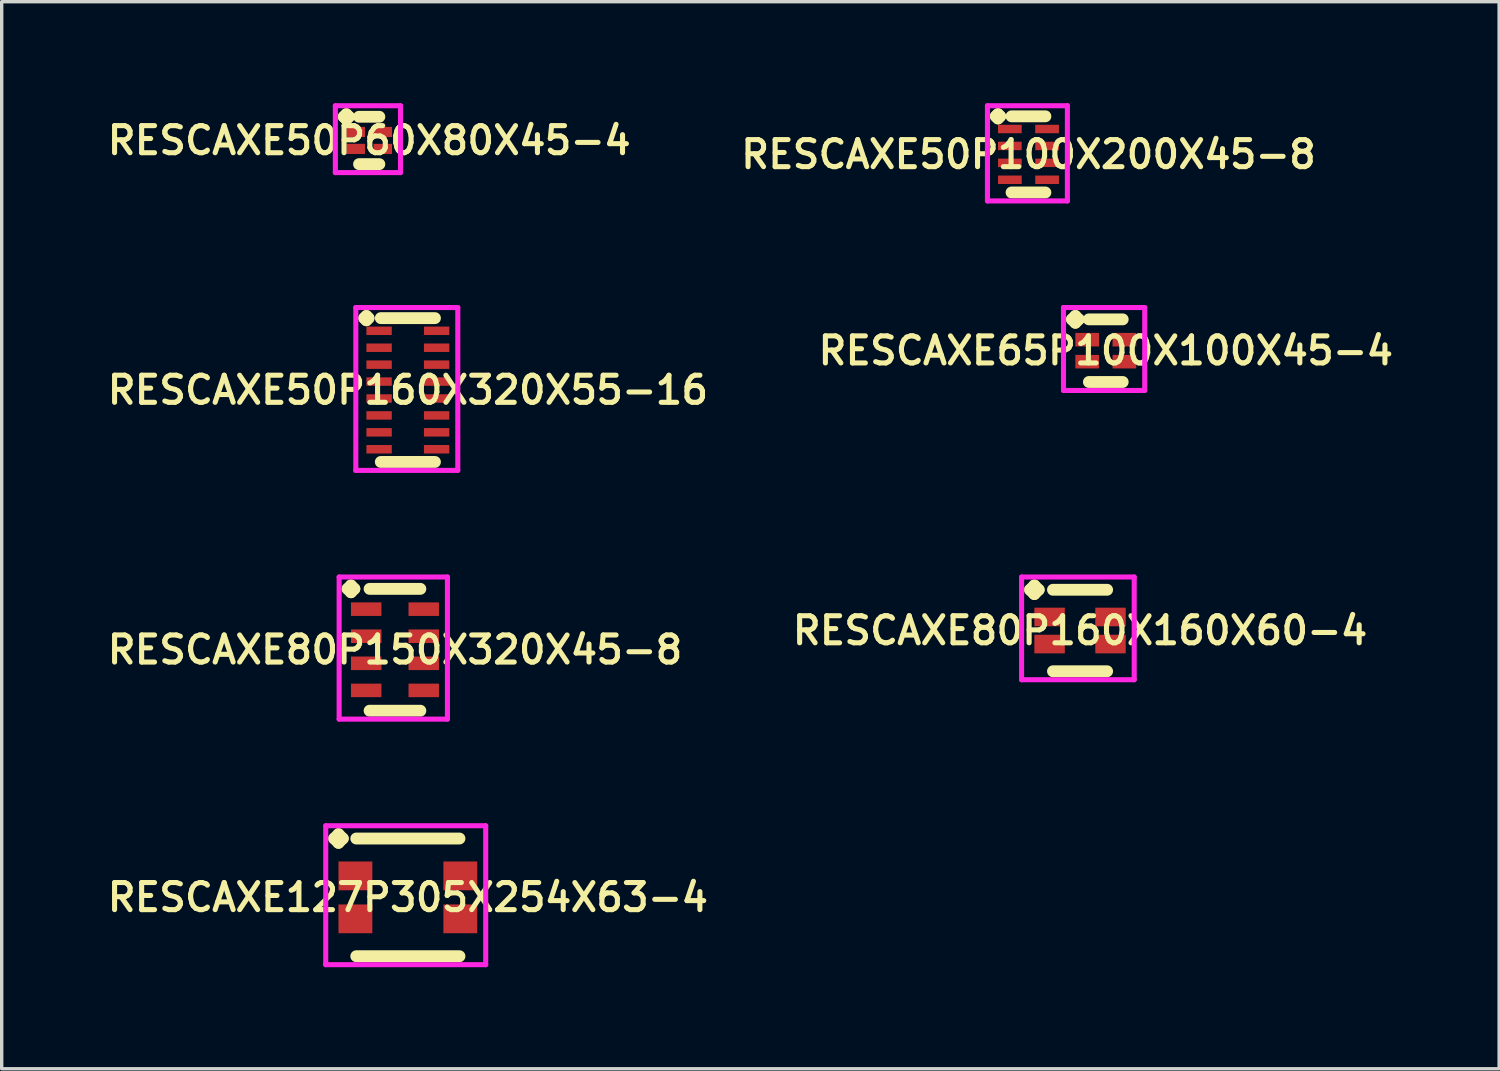
<source format=kicad_pcb>
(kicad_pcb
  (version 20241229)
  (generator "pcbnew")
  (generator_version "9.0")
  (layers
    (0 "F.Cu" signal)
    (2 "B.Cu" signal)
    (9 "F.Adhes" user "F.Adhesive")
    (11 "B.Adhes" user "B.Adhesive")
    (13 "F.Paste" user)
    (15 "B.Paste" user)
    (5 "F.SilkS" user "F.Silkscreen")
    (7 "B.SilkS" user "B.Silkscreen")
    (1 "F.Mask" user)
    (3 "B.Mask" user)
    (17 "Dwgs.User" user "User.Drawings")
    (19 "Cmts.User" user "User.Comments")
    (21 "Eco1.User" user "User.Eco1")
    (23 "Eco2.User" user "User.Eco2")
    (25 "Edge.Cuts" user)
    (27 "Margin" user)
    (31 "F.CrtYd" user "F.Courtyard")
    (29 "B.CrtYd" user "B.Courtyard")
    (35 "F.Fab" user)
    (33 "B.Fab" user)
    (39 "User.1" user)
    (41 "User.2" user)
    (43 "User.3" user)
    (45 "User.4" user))
  (footprint "RESCAXE65P100X100X45-4"
    (layer "F.Cu")
    (at 29.625 7.312)
    (property "Reference" "RESCAXE65P100X100X45-4" (at 0 0 0) (layer "F.SilkS") (effects (font (size 0.8 0.8) (thickness 0.15))))
    (attr through_hole)
    (fp_line (start -1 -0.925) (end -0.9 -1.025) (stroke (width 0.35) (type solid)) (layer "F.SilkS"))
    (fp_line (start -0.9 -1.025) (end -0.8 -0.925) (stroke (width 0.35) (type solid)) (layer "F.SilkS"))
    (fp_line (start -0.9 -0.825) (end -1 -0.925) (stroke (width 0.35) (type solid)) (layer "F.SilkS"))
    (fp_line (start -0.8 -0.925) (end -0.9 -0.825) (stroke (width 0.35) (type solid)) (layer "F.SilkS"))
    (fp_line (start -0.5 -0.925) (end 0.5 -0.925) (stroke (width 0.35) (type solid)) (layer "F.SilkS"))
    (fp_line (start -0.5 0.925) (end 0.5 0.925) (stroke (width 0.35) (type solid)) (layer "F.SilkS"))
    (fp_line (start -1.25 -1.275) (end 1.15 -1.275) (stroke (width 0.15) (type solid)) (layer "F.CrtYd"))
    (fp_line (start -1.25 1.175) (end -1.25 -1.275) (stroke (width 0.15) (type solid)) (layer "F.CrtYd"))
    (fp_line (start 1.15 -1.275) (end 1.15 1.175) (stroke (width 0.15) (type solid)) (layer "F.CrtYd"))
    (fp_line (start 1.15 1.175) (end -1.25 1.175) (stroke (width 0.15) (type solid)) (layer "F.CrtYd"))
    (pad "1" smd rect (at -0.55 -0.325) (size 0.7 0.4) (layers "F.Cu" "F.Mask" "F.Paste"))
    (pad "2" smd rect (at -0.55 0.325) (size 0.7 0.4) (layers "F.Cu" "F.Mask" "F.Paste"))
    (pad "3" smd rect (at 0.55 0.325) (size 0.7 0.4) (layers "F.Cu" "F.Mask" "F.Paste"))
    (pad "4" smd rect (at 0.55 -0.325) (size 0.7 0.4) (layers "F.Cu" "F.Mask" "F.Paste")))
  (footprint "RESCAXE50P60X80X45-4"
    (layer "F.Cu")
    (at 7.859 1.1)
    (property "Reference" "RESCAXE50P60X80X45-4" (at 0 0 0) (layer "F.SilkS") (effects (font (size 0.8 0.8) (thickness 0.15))))
    (attr through_hole)
    (fp_line (start -0.75 -0.7) (end -0.675 -0.775) (stroke (width 0.35) (type solid)) (layer "F.SilkS"))
    (fp_line (start -0.675 -0.775) (end -0.6 -0.7) (stroke (width 0.35) (type solid)) (layer "F.SilkS"))
    (fp_line (start -0.675 -0.625) (end -0.75 -0.7) (stroke (width 0.35) (type solid)) (layer "F.SilkS"))
    (fp_line (start -0.6 -0.7) (end -0.675 -0.625) (stroke (width 0.35) (type solid)) (layer "F.SilkS"))
    (fp_line (start -0.3 -0.7) (end 0.3 -0.7) (stroke (width 0.35) (type solid)) (layer "F.SilkS"))
    (fp_line (start -0.3 0.7) (end 0.3 0.7) (stroke (width 0.35) (type solid)) (layer "F.SilkS"))
    (fp_line (start -1 -1.025) (end 0.925 -1.025) (stroke (width 0.15) (type solid)) (layer "F.CrtYd"))
    (fp_line (start -1 0.95) (end -1 -1.025) (stroke (width 0.15) (type solid)) (layer "F.CrtYd"))
    (fp_line (start 0.925 -1.025) (end 0.925 0.95) (stroke (width 0.15) (type solid)) (layer "F.CrtYd"))
    (fp_line (start 0.925 0.95) (end -1 0.95) (stroke (width 0.15) (type solid)) (layer "F.CrtYd"))
    (pad "1" smd rect (at -0.4 -0.25) (size 0.55 0.3) (layers "F.Cu" "F.Mask" "F.Paste"))
    (pad "2" smd rect (at -0.4 0.25) (size 0.55 0.3) (layers "F.Cu" "F.Mask" "F.Paste"))
    (pad "3" smd rect (at 0.4 0.25) (size 0.55 0.3) (layers "F.Cu" "F.Mask" "F.Paste"))
    (pad "4" smd rect (at 0.4 -0.25) (size 0.55 0.3) (layers "F.Cu" "F.Mask" "F.Paste")))
  (footprint "RESCAXE127P305X254X63-4"
    (layer "F.Cu")
    (at 9.002 23.466)
    (property "Reference" "RESCAXE127P305X254X63-4" (at 0 0 0) (layer "F.SilkS") (effects (font (size 0.8 0.8) (thickness 0.15))))
    (attr through_hole)
    (fp_line (start -2.177 -1.739) (end -2.05 -1.866) (stroke (width 0.35) (type solid)) (layer "F.SilkS"))
    (fp_line (start -2.05 -1.866) (end -1.923 -1.739) (stroke (width 0.35) (type solid)) (layer "F.SilkS"))
    (fp_line (start -2.05 -1.612) (end -2.177 -1.739) (stroke (width 0.35) (type solid)) (layer "F.SilkS"))
    (fp_line (start -1.923 -1.739) (end -2.05 -1.612) (stroke (width 0.35) (type solid)) (layer "F.SilkS"))
    (fp_line (start -1.525 -1.739) (end 1.525 -1.739) (stroke (width 0.35) (type solid)) (layer "F.SilkS"))
    (fp_line (start -1.525 1.739) (end 1.525 1.739) (stroke (width 0.35) (type solid)) (layer "F.SilkS"))
    (fp_line (start -2.427 -2.116) (end 2.3 -2.116) (stroke (width 0.15) (type solid)) (layer "F.CrtYd"))
    (fp_line (start -2.427 1.989) (end -2.427 -2.116) (stroke (width 0.15) (type solid)) (layer "F.CrtYd"))
    (fp_line (start 2.3 -2.116) (end 2.3 1.989) (stroke (width 0.15) (type solid)) (layer "F.CrtYd"))
    (fp_line (start 2.3 1.989) (end -2.427 1.989) (stroke (width 0.15) (type solid)) (layer "F.CrtYd"))
    (pad "1" smd rect (at -1.55 -0.635) (size 1 0.85) (layers "F.Cu" "F.Mask" "F.Paste"))
    (pad "2" smd rect (at -1.55 0.635) (size 1 0.85) (layers "F.Cu" "F.Mask" "F.Paste"))
    (pad "3" smd rect (at 1.55 0.635) (size 1 0.85) (layers "F.Cu" "F.Mask" "F.Paste"))
    (pad "4" smd rect (at 1.55 -0.635) (size 1 0.85) (layers "F.Cu" "F.Mask" "F.Paste")))
  (footprint "RESCAXE80P160X160X60-4"
    (layer "F.Cu")
    (at 28.864 15.581)
    (property "Reference" "RESCAXE80P160X160X60-4" (at 0 0 0) (layer "F.SilkS") (effects (font (size 0.8 0.8) (thickness 0.15))))
    (attr smd)
    (fp_line (start -1.477 -1.204) (end -1.35 -1.331) (stroke (width 0.35) (type solid)) (layer "F.SilkS"))
    (fp_line (start -1.35 -1.331) (end -1.223 -1.204) (stroke (width 0.35) (type solid)) (layer "F.SilkS"))
    (fp_line (start -1.35 -1.077) (end -1.477 -1.204) (stroke (width 0.35) (type solid)) (layer "F.SilkS"))
    (fp_line (start -1.223 -1.204) (end -1.35 -1.077) (stroke (width 0.35) (type solid)) (layer "F.SilkS"))
    (fp_line (start -0.8 -1.204) (end 0.8 -1.204) (stroke (width 0.35) (type solid)) (layer "F.SilkS"))
    (fp_line (start -0.8 1.204) (end 0.8 1.204) (stroke (width 0.35) (type solid)) (layer "F.SilkS"))
    (fp_line (start -1.727 -1.581) (end 1.6 -1.581) (stroke (width 0.15) (type solid)) (layer "F.CrtYd"))
    (fp_line (start -1.727 1.454) (end -1.727 -1.581) (stroke (width 0.15) (type solid)) (layer "F.CrtYd"))
    (fp_line (start 1.6 -1.581) (end 1.6 1.454) (stroke (width 0.15) (type solid)) (layer "F.CrtYd"))
    (fp_line (start 1.6 1.454) (end -1.727 1.454) (stroke (width 0.15) (type solid)) (layer "F.CrtYd"))
    (pad "1" smd rect (at -0.9 -0.4) (size 0.9 0.55) (layers "F.Cu" "F.Mask" "F.Paste"))
    (pad "2" smd rect (at -0.9 0.4) (size 0.9 0.55) (layers "F.Cu" "F.Mask" "F.Paste"))
    (pad "3" smd rect (at 0.9 0.4) (size 0.9 0.55) (layers "F.Cu" "F.Mask" "F.Paste"))
    (pad "4" smd rect (at 0.9 -0.4) (size 0.9 0.55) (layers "F.Cu" "F.Mask" "F.Paste")))
  (footprint "RESCAXE50P160X320X55-16"
    (layer "F.Cu")
    (at 9.002 8.475)
    (property "Reference" "RESCAXE50P160X320X55-16" (at 0 0 0) (layer "F.SilkS") (effects (font (size 0.8 0.8) (thickness 0.15))))
    (attr through_hole)
    (fp_line (start -1.288 -2.125) (end -1.225 -2.188) (stroke (width 0.35) (type solid)) (layer "F.SilkS"))
    (fp_line (start -1.225 -2.188) (end -1.163 -2.125) (stroke (width 0.35) (type solid)) (layer "F.SilkS"))
    (fp_line (start -1.225 -2.062) (end -1.288 -2.125) (stroke (width 0.35) (type solid)) (layer "F.SilkS"))
    (fp_line (start -1.163 -2.125) (end -1.225 -2.062) (stroke (width 0.35) (type solid)) (layer "F.SilkS"))
    (fp_line (start -0.8 -2.125) (end 0.8 -2.125) (stroke (width 0.35) (type solid)) (layer "F.SilkS"))
    (fp_line (start -0.8 2.125) (end 0.8 2.125) (stroke (width 0.35) (type solid)) (layer "F.SilkS"))
    (fp_line (start -1.538 -2.438) (end 1.475 -2.438) (stroke (width 0.15) (type solid)) (layer "F.CrtYd"))
    (fp_line (start -1.538 2.375) (end -1.538 -2.438) (stroke (width 0.15) (type solid)) (layer "F.CrtYd"))
    (fp_line (start 1.475 -2.438) (end 1.475 2.375) (stroke (width 0.15) (type solid)) (layer "F.CrtYd"))
    (fp_line (start 1.475 2.375) (end -1.538 2.375) (stroke (width 0.15) (type solid)) (layer "F.CrtYd"))
    (pad "1" smd rect (at -0.85 -1.75) (size 0.75 0.25) (layers "F.Cu" "F.Mask" "F.Paste"))
    (pad "2" smd rect (at -0.85 -1.25) (size 0.75 0.25) (layers "F.Cu" "F.Mask" "F.Paste"))
    (pad "3" smd rect (at -0.85 -0.75) (size 0.75 0.25) (layers "F.Cu" "F.Mask" "F.Paste"))
    (pad "4" smd rect (at -0.85 -0.25) (size 0.75 0.25) (layers "F.Cu" "F.Mask" "F.Paste"))
    (pad "5" smd rect (at -0.85 0.25) (size 0.75 0.25) (layers "F.Cu" "F.Mask" "F.Paste"))
    (pad "6" smd rect (at -0.85 0.75) (size 0.75 0.25) (layers "F.Cu" "F.Mask" "F.Paste"))
    (pad "7" smd rect (at -0.85 1.25) (size 0.75 0.25) (layers "F.Cu" "F.Mask" "F.Paste"))
    (pad "8" smd rect (at -0.85 1.75) (size 0.75 0.25) (layers "F.Cu" "F.Mask" "F.Paste"))
    (pad "9" smd rect (at 0.85 1.75) (size 0.75 0.25) (layers "F.Cu" "F.Mask" "F.Paste"))
    (pad "10" smd rect (at 0.85 1.25) (size 0.75 0.25) (layers "F.Cu" "F.Mask" "F.Paste"))
    (pad "11" smd rect (at 0.85 0.75) (size 0.75 0.25) (layers "F.Cu" "F.Mask" "F.Paste"))
    (pad "12" smd rect (at 0.85 0.25) (size 0.75 0.25) (layers "F.Cu" "F.Mask" "F.Paste"))
    (pad "13" smd rect (at 0.85 -0.25) (size 0.75 0.25) (layers "F.Cu" "F.Mask" "F.Paste"))
    (pad "14" smd rect (at 0.85 -0.75) (size 0.75 0.25) (layers "F.Cu" "F.Mask" "F.Paste"))
    (pad "15" smd rect (at 0.85 -1.25) (size 0.75 0.25) (layers "F.Cu" "F.Mask" "F.Paste"))
    (pad "16" smd rect (at 0.85 -1.75) (size 0.75 0.25) (layers "F.Cu" "F.Mask" "F.Paste")))
  (footprint "RESCAXE50P100X200X45-8"
    (layer "F.Cu")
    (at 27.34 1.512)
    (property "Reference" "RESCAXE50P100X200X45-8" (at 0 0 0) (layer "F.SilkS") (effects (font (size 0.8 0.8) (thickness 0.15))))
    (attr smd)
    (fp_line (start -0.963 -1.125) (end -0.9 -1.188) (stroke (width 0.35) (type solid)) (layer "F.SilkS"))
    (fp_line (start -0.9 -1.188) (end -0.838 -1.125) (stroke (width 0.35) (type solid)) (layer "F.SilkS"))
    (fp_line (start -0.9 -1.062) (end -0.963 -1.125) (stroke (width 0.35) (type solid)) (layer "F.SilkS"))
    (fp_line (start -0.838 -1.125) (end -0.9 -1.062) (stroke (width 0.35) (type solid)) (layer "F.SilkS"))
    (fp_line (start -0.5 -1.125) (end 0.5 -1.125) (stroke (width 0.35) (type solid)) (layer "F.SilkS"))
    (fp_line (start -0.5 1.125) (end 0.5 1.125) (stroke (width 0.35) (type solid)) (layer "F.SilkS"))
    (fp_line (start -1.212 -1.438) (end 1.15 -1.438) (stroke (width 0.15) (type solid)) (layer "F.CrtYd"))
    (fp_line (start -1.212 1.375) (end -1.212 -1.438) (stroke (width 0.15) (type solid)) (layer "F.CrtYd"))
    (fp_line (start 1.15 -1.438) (end 1.15 1.375) (stroke (width 0.15) (type solid)) (layer "F.CrtYd"))
    (fp_line (start 1.15 1.375) (end -1.212 1.375) (stroke (width 0.15) (type solid)) (layer "F.CrtYd"))
    (pad "1" smd rect (at -0.55 -0.75) (size 0.7 0.25) (layers "F.Cu" "F.Mask" "F.Paste"))
    (pad "2" smd rect (at -0.55 -0.25) (size 0.7 0.25) (layers "F.Cu" "F.Mask" "F.Paste"))
    (pad "3" smd rect (at -0.55 0.25) (size 0.7 0.25) (layers "F.Cu" "F.Mask" "F.Paste"))
    (pad "4" smd rect (at -0.55 0.75) (size 0.7 0.25) (layers "F.Cu" "F.Mask" "F.Paste"))
    (pad "5" smd rect (at 0.55 0.75) (size 0.7 0.25) (layers "F.Cu" "F.Mask" "F.Paste"))
    (pad "6" smd rect (at 0.55 0.25) (size 0.7 0.25) (layers "F.Cu" "F.Mask" "F.Paste"))
    (pad "7" smd rect (at 0.55 -0.25) (size 0.7 0.25) (layers "F.Cu" "F.Mask" "F.Paste"))
    (pad "8" smd rect (at 0.55 -0.75) (size 0.7 0.25) (layers "F.Cu" "F.Mask" "F.Paste")))
  (footprint "RESCAXE80P150X320X45-8"
    (layer "F.Cu")
    (at 8.621 16.15)
    (property "Reference" "RESCAXE80P150X320X45-8" (at 0 0 0) (layer "F.SilkS") (effects (font (size 0.8 0.8) (thickness 0.15))))
    (attr smd)
    (fp_line (start -1.4 -1.8) (end -1.3 -1.9) (stroke (width 0.35) (type solid)) (layer "F.SilkS"))
    (fp_line (start -1.3 -1.9) (end -1.2 -1.8) (stroke (width 0.35) (type solid)) (layer "F.SilkS"))
    (fp_line (start -1.3 -1.7) (end -1.4 -1.8) (stroke (width 0.35) (type solid)) (layer "F.SilkS"))
    (fp_line (start -1.2 -1.8) (end -1.3 -1.7) (stroke (width 0.35) (type solid)) (layer "F.SilkS"))
    (fp_line (start -0.75 -1.8) (end 0.75 -1.8) (stroke (width 0.35) (type solid)) (layer "F.SilkS"))
    (fp_line (start -0.75 1.8) (end 0.75 1.8) (stroke (width 0.35) (type solid)) (layer "F.SilkS"))
    (fp_line (start -1.65 -2.15) (end 1.55 -2.15) (stroke (width 0.15) (type solid)) (layer "F.CrtYd"))
    (fp_line (start -1.65 2.05) (end -1.65 -2.15) (stroke (width 0.15) (type solid)) (layer "F.CrtYd"))
    (fp_line (start 1.55 -2.15) (end 1.55 2.05) (stroke (width 0.15) (type solid)) (layer "F.CrtYd"))
    (fp_line (start 1.55 2.05) (end -1.65 2.05) (stroke (width 0.15) (type solid)) (layer "F.CrtYd"))
    (pad "1" smd rect (at -0.85 -1.2) (size 0.9 0.4) (layers "F.Cu" "F.Mask" "F.Paste"))
    (pad "2" smd rect (at -0.85 -0.4) (size 0.9 0.4) (layers "F.Cu" "F.Mask" "F.Paste"))
    (pad "3" smd rect (at -0.85 0.4) (size 0.9 0.4) (layers "F.Cu" "F.Mask" "F.Paste"))
    (pad "4" smd rect (at -0.85 1.2) (size 0.9 0.4) (layers "F.Cu" "F.Mask" "F.Paste"))
    (pad "5" smd rect (at 0.85 1.2) (size 0.9 0.4) (layers "F.Cu" "F.Mask" "F.Paste"))
    (pad "6" smd rect (at 0.85 0.4) (size 0.9 0.4) (layers "F.Cu" "F.Mask" "F.Paste"))
    (pad "7" smd rect (at 0.85 -0.4) (size 0.9 0.4) (layers "F.Cu" "F.Mask" "F.Paste"))
    (pad "8" smd rect (at 0.85 -1.2) (size 0.9 0.4) (layers "F.Cu" "F.Mask" "F.Paste")))
  (gr_rect
    (start -3 -3)
    (end 41.247 28.53)
    (stroke (width 0.1) (type default))
    (fill no)
    (layer "Edge.Cuts")))
</source>
